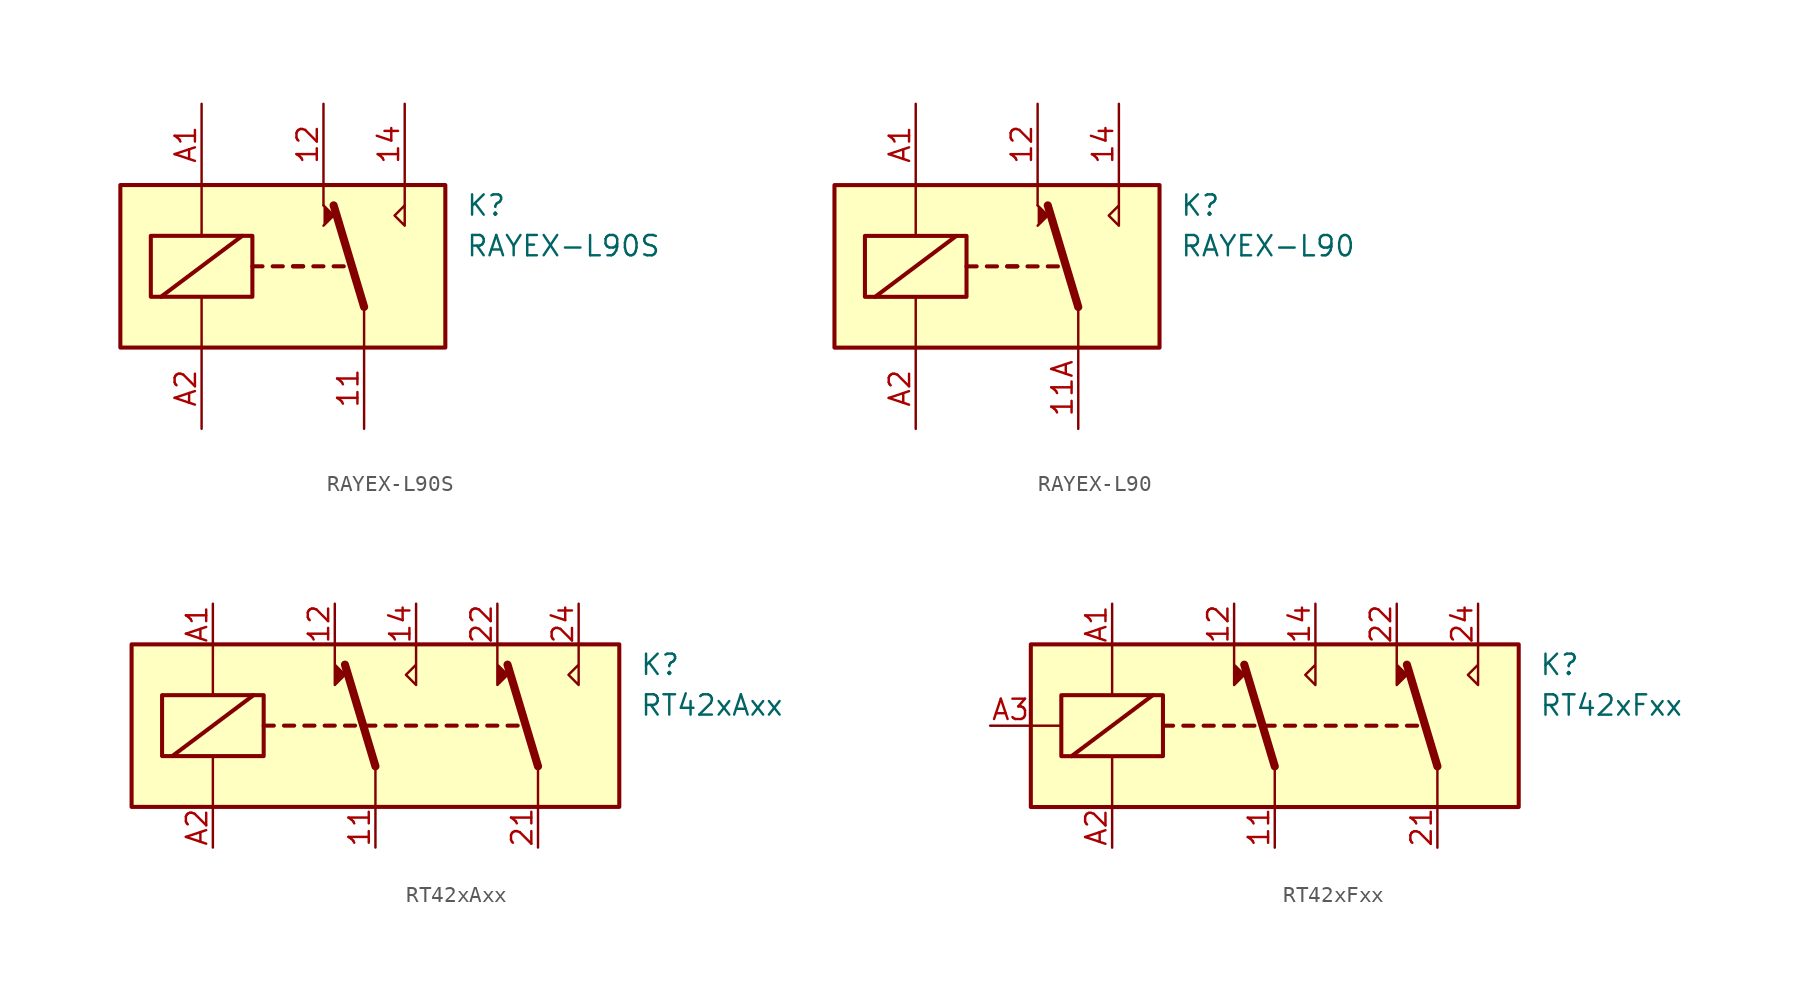
<source format=kicad_sym>
(kicad_symbol_lib
  (version 20200908)
  (generator kicad_symbol_editor)
  (symbol "Relay:RAYEX-L90S"
    (property "Reference" "K"
      (at 11.43 3.81 0)
      (effects (font (size 1.27 1.27)) (justify left)))
    (property "Value" "RAYEX-L90S"
      (at 11.43 1.27 0)
      (effects (font (size 1.27 1.27)) (justify left)))
    (symbol "RAYEX-L90S_1_1"
      (rectangle (start -10.16 5.08) (end 10.16 -5.08) (stroke (width 0.254)) (fill (type background)))
      (rectangle (start -8.255 1.905) (end -1.905 -1.905) (stroke (width 0.254)) (fill (type none)))
      (polyline (pts (xy -7.62 -1.905) (xy -2.54 1.905)) (stroke (width 0.254)) (fill (type none)))
      (polyline (pts (xy -5.08 -5.08) (xy -5.08 -1.905)) (stroke (width 0)) (fill (type none)))
      (polyline (pts (xy -5.08 5.08) (xy -5.08 1.905)) (stroke (width 0)) (fill (type none)))
      (polyline (pts (xy -1.905 0) (xy -1.27 0)) (stroke (width 0.254)) (fill (type none)))
      (polyline (pts (xy -0.635 0) (xy 0 0)) (stroke (width 0.254)) (fill (type none)))
      (polyline (pts (xy 0.635 0) (xy 1.27 0)) (stroke (width 0.254)) (fill (type none)))
      (polyline (pts (xy 0.635 0) (xy 1.27 0)) (stroke (width 0.254)) (fill (type none)))
      (polyline (pts (xy 1.905 0) (xy 2.54 0)) (stroke (width 0.254)) (fill (type none)))
      (polyline (pts (xy 3.175 0) (xy 3.81 0)) (stroke (width 0.254)) (fill (type none)))
      (polyline (pts (xy 5.08 -2.54) (xy 3.175 3.81)) (stroke (width 0.508)) (fill (type none)))
      (polyline (pts (xy 5.08 -2.54) (xy 5.08 -5.08)) (stroke (width 0)) (fill (type none)))
      (polyline (pts (xy 2.54 2.54) (xy 3.175 3.175) (xy 2.54 3.81)) (stroke (width 0)) (fill (type outline)))
      (pin passive line (at 5.08 -10.16 90) (length 5.08) (name "~" (effects (font (size 1.27 1.27)))) (number "11" (effects (font (size 1.27 1.27)))))
      (pin passive line (at 2.54 10.16 270) (length 5.08) (name "~" (effects (font (size 1.27 1.27)))) (number "12" (effects (font (size 1.27 1.27)))))
      (pin passive line (at 7.62 10.16 270) (length 5.08) (name "~" (effects (font (size 1.27 1.27)))) (number "14" (effects (font (size 1.27 1.27)))))
      (pin passive line (at -5.08 10.16 270) (length 5.08) (name "~" (effects (font (size 1.27 1.27)))) (number "A1" (effects (font (size 1.27 1.27)))))
      (pin passive line (at -5.08 -10.16 90) (length 5.08) (name "~" (effects (font (size 1.27 1.27)))) (number "A2" (effects (font (size 1.27 1.27))))))
    (symbol "RAYEX-L90S_1_0"
      (polyline (pts (xy 2.54 3.81) (xy 2.54 5.08)) (stroke (width 0)) (fill (type none)))
      (polyline (pts (xy 7.62 3.81) (xy 7.62 5.08)) (stroke (width 0)) (fill (type none)))
      (polyline (pts (xy 7.62 3.81) (xy 7.62 2.54) (xy 6.985 3.175) (xy 7.62 3.81)) (stroke (width 0)) (fill (type none)))))
  (symbol "Relay:RAYEX-L90"
    (property "Reference" "K"
      (at 11.43 3.81 0)
      (effects (font (size 1.27 1.27)) (justify left)))
    (property "Value" "RAYEX-L90"
      (at 11.43 1.27 0)
      (effects (font (size 1.27 1.27)) (justify left)))
    (symbol "RAYEX-L90_1_1"
      (rectangle (start -10.16 5.08) (end 10.16 -5.08) (stroke (width 0.254)) (fill (type background)))
      (rectangle (start -8.255 1.905) (end -1.905 -1.905) (stroke (width 0.254)) (fill (type none)))
      (polyline (pts (xy -7.62 -1.905) (xy -2.54 1.905)) (stroke (width 0.254)) (fill (type none)))
      (polyline (pts (xy -5.08 -5.08) (xy -5.08 -1.905)) (stroke (width 0)) (fill (type none)))
      (polyline (pts (xy -5.08 5.08) (xy -5.08 1.905)) (stroke (width 0)) (fill (type none)))
      (polyline (pts (xy -1.905 0) (xy -1.27 0)) (stroke (width 0.254)) (fill (type none)))
      (polyline (pts (xy -0.635 0) (xy 0 0)) (stroke (width 0.254)) (fill (type none)))
      (polyline (pts (xy 0.635 0) (xy 1.27 0)) (stroke (width 0.254)) (fill (type none)))
      (polyline (pts (xy 0.635 0) (xy 1.27 0)) (stroke (width 0.254)) (fill (type none)))
      (polyline (pts (xy 1.905 0) (xy 2.54 0)) (stroke (width 0.254)) (fill (type none)))
      (polyline (pts (xy 3.175 0) (xy 3.81 0)) (stroke (width 0.254)) (fill (type none)))
      (polyline (pts (xy 5.08 -2.54) (xy 3.175 3.81)) (stroke (width 0.508)) (fill (type none)))
      (polyline (pts (xy 5.08 -2.54) (xy 5.08 -5.08)) (stroke (width 0)) (fill (type none)))
      (polyline (pts (xy 2.54 2.54) (xy 3.175 3.175) (xy 2.54 3.81)) (stroke (width 0)) (fill (type outline)))
      (pin passive line (at 5.08 -10.16 90) (length 5.08) (name "~" (effects (font (size 1.27 1.27)))) (number "11A" (effects (font (size 1.27 1.27)))))
      (pin passive line (at 5.08 -10.16 90) (length 5.08) hide (name "~" (effects (font (size 1.27 1.27)))) (number "11B" (effects (font (size 1.27 1.27)))))
      (pin passive line (at 2.54 10.16 270) (length 5.08) (name "~" (effects (font (size 1.27 1.27)))) (number "12" (effects (font (size 1.27 1.27)))))
      (pin passive line (at 7.62 10.16 270) (length 5.08) (name "~" (effects (font (size 1.27 1.27)))) (number "14" (effects (font (size 1.27 1.27)))))
      (pin passive line (at -5.08 10.16 270) (length 5.08) (name "~" (effects (font (size 1.27 1.27)))) (number "A1" (effects (font (size 1.27 1.27)))))
      (pin passive line (at -5.08 -10.16 90) (length 5.08) (name "~" (effects (font (size 1.27 1.27)))) (number "A2" (effects (font (size 1.27 1.27))))))
    (symbol "RAYEX-L90_1_0"
      (polyline (pts (xy 2.54 3.81) (xy 2.54 5.08)) (stroke (width 0)) (fill (type none)))
      (polyline (pts (xy 7.62 3.81) (xy 7.62 5.08)) (stroke (width 0)) (fill (type none)))
      (polyline (pts (xy 7.62 3.81) (xy 7.62 2.54) (xy 6.985 3.175) (xy 7.62 3.81)) (stroke (width 0)) (fill (type none)))))
  (symbol "Relay:RT42xAxx"
    (property "Reference" "K"
      (at 16.51 3.81 0)
      (effects (font (size 1.27 1.27)) (justify left)))
    (property "Value" "RT42xAxx"
      (at 16.51 1.27 0)
      (effects (font (size 1.27 1.27)) (justify left)))
    (symbol "RT42xAxx_0_1"
      (rectangle (start -15.24 5.08) (end 15.24 -5.08) (stroke (width 0.254)) (fill (type background)))
      (rectangle (start -13.335 1.905) (end -6.985 -1.905) (stroke (width 0.254)) (fill (type none)))
      (polyline (pts (xy -10.16 -5.08) (xy -10.16 -1.905)) (stroke (width 0)) (fill (type none)))
      (polyline (pts (xy -10.16 5.08) (xy -10.16 1.905)) (stroke (width 0)) (fill (type none)))
      (polyline (pts (xy -6.985 0) (xy -6.35 0)) (stroke (width 0.254)) (fill (type none)))
      (polyline (pts (xy -5.715 0) (xy -5.08 0)) (stroke (width 0.254)) (fill (type none)))
      (polyline (pts (xy -4.445 0) (xy -3.81 0)) (stroke (width 0.254)) (fill (type none)))
      (polyline (pts (xy -3.175 0) (xy -2.54 0)) (stroke (width 0.254)) (fill (type none)))
      (polyline (pts (xy -1.905 0) (xy -1.27 0)) (stroke (width 0.254)) (fill (type none)))
      (polyline (pts (xy -0.635 0) (xy 0 0)) (stroke (width 0.254)) (fill (type none)))
      (polyline (pts (xy 0 -2.54) (xy -1.905 3.81)) (stroke (width 0.508)) (fill (type none)))
      (polyline (pts (xy 0 -2.54) (xy 0 -5.08)) (stroke (width 0)) (fill (type none)))
      (polyline (pts (xy 0.635 0) (xy 1.27 0)) (stroke (width 0.254)) (fill (type none)))
      (polyline (pts (xy 1.905 0) (xy 2.54 0)) (stroke (width 0.254)) (fill (type none)))
      (polyline (pts (xy 3.175 0) (xy 3.81 0)) (stroke (width 0.254)) (fill (type none)))
      (polyline (pts (xy 4.445 0) (xy 5.08 0)) (stroke (width 0.254)) (fill (type none)))
      (polyline (pts (xy 5.715 0) (xy 6.35 0)) (stroke (width 0.254)) (fill (type none)))
      (polyline (pts (xy 6.985 0) (xy 7.62 0)) (stroke (width 0.254)) (fill (type none)))
      (polyline (pts (xy 8.255 0) (xy 8.89 0)) (stroke (width 0.254)) (fill (type none)))
      (polyline (pts (xy 10.16 -2.54) (xy 8.255 3.81)) (stroke (width 0.508)) (fill (type none)))
      (polyline (pts (xy 10.16 -2.54) (xy 10.16 -5.08)) (stroke (width 0)) (fill (type none)))
      (polyline (pts (xy -2.54 5.08) (xy -2.54 2.54) (xy -1.905 3.175) (xy -2.54 3.81)) (stroke (width 0)) (fill (type outline)))
      (polyline (pts (xy 2.54 5.08) (xy 2.54 2.54) (xy 1.905 3.175) (xy 2.54 3.81)) (stroke (width 0)) (fill (type none)))
      (polyline (pts (xy 7.62 5.08) (xy 7.62 2.54) (xy 8.255 3.175) (xy 7.62 3.81)) (stroke (width 0)) (fill (type outline)))
      (polyline (pts (xy 12.7 5.08) (xy 12.7 2.54) (xy 12.065 3.175) (xy 12.7 3.81)) (stroke (width 0)) (fill (type none))))
    (symbol "RT42xAxx_0_0"
      (polyline (pts (xy -7.62 1.905) (xy -12.7 -1.905)) (stroke (width 0.254)) (fill (type none))))
    (symbol "RT42xAxx_1_1"
      (pin passive line (at 0 -7.62 90) (length 2.54) (name "~" (effects (font (size 1.27 1.27)))) (number "11" (effects (font (size 1.27 1.27)))))
      (pin passive line (at -2.54 7.62 270) (length 2.54) (name "~" (effects (font (size 1.27 1.27)))) (number "12" (effects (font (size 1.27 1.27)))))
      (pin passive line (at 2.54 7.62 270) (length 2.54) (name "~" (effects (font (size 1.27 1.27)))) (number "14" (effects (font (size 1.27 1.27)))))
      (pin passive line (at 10.16 -7.62 90) (length 2.54) (name "~" (effects (font (size 1.27 1.27)))) (number "21" (effects (font (size 1.27 1.27)))))
      (pin passive line (at 7.62 7.62 270) (length 2.54) (name "~" (effects (font (size 1.27 1.27)))) (number "22" (effects (font (size 1.27 1.27)))))
      (pin passive line (at 12.7 7.62 270) (length 2.54) (name "~" (effects (font (size 1.27 1.27)))) (number "24" (effects (font (size 1.27 1.27)))))
      (pin passive line (at -10.16 7.62 270) (length 2.54) (name "~" (effects (font (size 1.27 1.27)))) (number "A1" (effects (font (size 1.27 1.27)))))
      (pin passive line (at -10.16 -7.62 90) (length 2.54) (name "~" (effects (font (size 1.27 1.27)))) (number "A2" (effects (font (size 1.27 1.27)))))))
  (symbol "Relay:RT42xFxx"
    (property "Reference" "K"
      (at 16.51 3.81 0)
      (effects (font (size 1.27 1.27)) (justify left)))
    (property "Value" "RT42xFxx"
      (at 16.51 1.27 0)
      (effects (font (size 1.27 1.27)) (justify left)))
    (symbol "RT42xFxx_0_1"
      (rectangle (start -15.24 0) (end -13.335 0) (stroke (width 0)) (fill (type none)))
      (rectangle (start -15.24 5.08) (end 15.24 -5.08) (stroke (width 0.254)) (fill (type background)))
      (rectangle (start -13.335 1.905) (end -6.985 -1.905) (stroke (width 0.254)) (fill (type none)))
      (polyline (pts (xy -10.16 -5.08) (xy -10.16 -1.905)) (stroke (width 0)) (fill (type none)))
      (polyline (pts (xy -10.16 5.08) (xy -10.16 1.905)) (stroke (width 0)) (fill (type none)))
      (polyline (pts (xy -6.985 0) (xy -6.35 0)) (stroke (width 0.254)) (fill (type none)))
      (polyline (pts (xy -5.715 0) (xy -5.08 0)) (stroke (width 0.254)) (fill (type none)))
      (polyline (pts (xy -4.445 0) (xy -3.81 0)) (stroke (width 0.254)) (fill (type none)))
      (polyline (pts (xy -3.175 0) (xy -2.54 0)) (stroke (width 0.254)) (fill (type none)))
      (polyline (pts (xy -1.905 0) (xy -1.27 0)) (stroke (width 0.254)) (fill (type none)))
      (polyline (pts (xy -0.635 0) (xy 0 0)) (stroke (width 0.254)) (fill (type none)))
      (polyline (pts (xy 0 -2.54) (xy -1.905 3.81)) (stroke (width 0.508)) (fill (type none)))
      (polyline (pts (xy 0 -2.54) (xy 0 -5.08)) (stroke (width 0)) (fill (type none)))
      (polyline (pts (xy 0.635 0) (xy 1.27 0)) (stroke (width 0.254)) (fill (type none)))
      (polyline (pts (xy 1.905 0) (xy 2.54 0)) (stroke (width 0.254)) (fill (type none)))
      (polyline (pts (xy 3.175 0) (xy 3.81 0)) (stroke (width 0.254)) (fill (type none)))
      (polyline (pts (xy 4.445 0) (xy 5.08 0)) (stroke (width 0.254)) (fill (type none)))
      (polyline (pts (xy 5.715 0) (xy 6.35 0)) (stroke (width 0.254)) (fill (type none)))
      (polyline (pts (xy 6.985 0) (xy 7.62 0)) (stroke (width 0.254)) (fill (type none)))
      (polyline (pts (xy 8.255 0) (xy 8.89 0)) (stroke (width 0.254)) (fill (type none)))
      (polyline (pts (xy 10.16 -2.54) (xy 8.255 3.81)) (stroke (width 0.508)) (fill (type none)))
      (polyline (pts (xy 10.16 -2.54) (xy 10.16 -5.08)) (stroke (width 0)) (fill (type none)))
      (polyline (pts (xy -2.54 5.08) (xy -2.54 2.54) (xy -1.905 3.175) (xy -2.54 3.81)) (stroke (width 0)) (fill (type outline)))
      (polyline (pts (xy 2.54 5.08) (xy 2.54 2.54) (xy 1.905 3.175) (xy 2.54 3.81)) (stroke (width 0)) (fill (type none)))
      (polyline (pts (xy 7.62 5.08) (xy 7.62 2.54) (xy 8.255 3.175) (xy 7.62 3.81)) (stroke (width 0)) (fill (type outline)))
      (polyline (pts (xy 12.7 5.08) (xy 12.7 2.54) (xy 12.065 3.175) (xy 12.7 3.81)) (stroke (width 0)) (fill (type none))))
    (symbol "RT42xFxx_0_0"
      (polyline (pts (xy -7.62 1.905) (xy -12.7 -1.905)) (stroke (width 0.254)) (fill (type none))))
    (symbol "RT42xFxx_1_1"
      (pin passive line (at 0 -7.62 90) (length 2.54) (name "~" (effects (font (size 1.27 1.27)))) (number "11" (effects (font (size 1.27 1.27)))))
      (pin passive line (at -2.54 7.62 270) (length 2.54) (name "~" (effects (font (size 1.27 1.27)))) (number "12" (effects (font (size 1.27 1.27)))))
      (pin passive line (at 2.54 7.62 270) (length 2.54) (name "~" (effects (font (size 1.27 1.27)))) (number "14" (effects (font (size 1.27 1.27)))))
      (pin passive line (at 10.16 -7.62 90) (length 2.54) (name "~" (effects (font (size 1.27 1.27)))) (number "21" (effects (font (size 1.27 1.27)))))
      (pin passive line (at 7.62 7.62 270) (length 2.54) (name "~" (effects (font (size 1.27 1.27)))) (number "22" (effects (font (size 1.27 1.27)))))
      (pin passive line (at 12.7 7.62 270) (length 2.54) (name "~" (effects (font (size 1.27 1.27)))) (number "24" (effects (font (size 1.27 1.27)))))
      (pin passive line (at -10.16 7.62 270) (length 2.54) (name "~" (effects (font (size 1.27 1.27)))) (number "A1" (effects (font (size 1.27 1.27)))))
      (pin passive line (at -10.16 -7.62 90) (length 2.54) (name "~" (effects (font (size 1.27 1.27)))) (number "A2" (effects (font (size 1.27 1.27)))))
      (pin passive line (at -17.78 0 0) (length 2.54) (name "~" (effects (font (size 1.27 1.27)))) (number "A3" (effects (font (size 1.27 1.27))))))))
</source>
